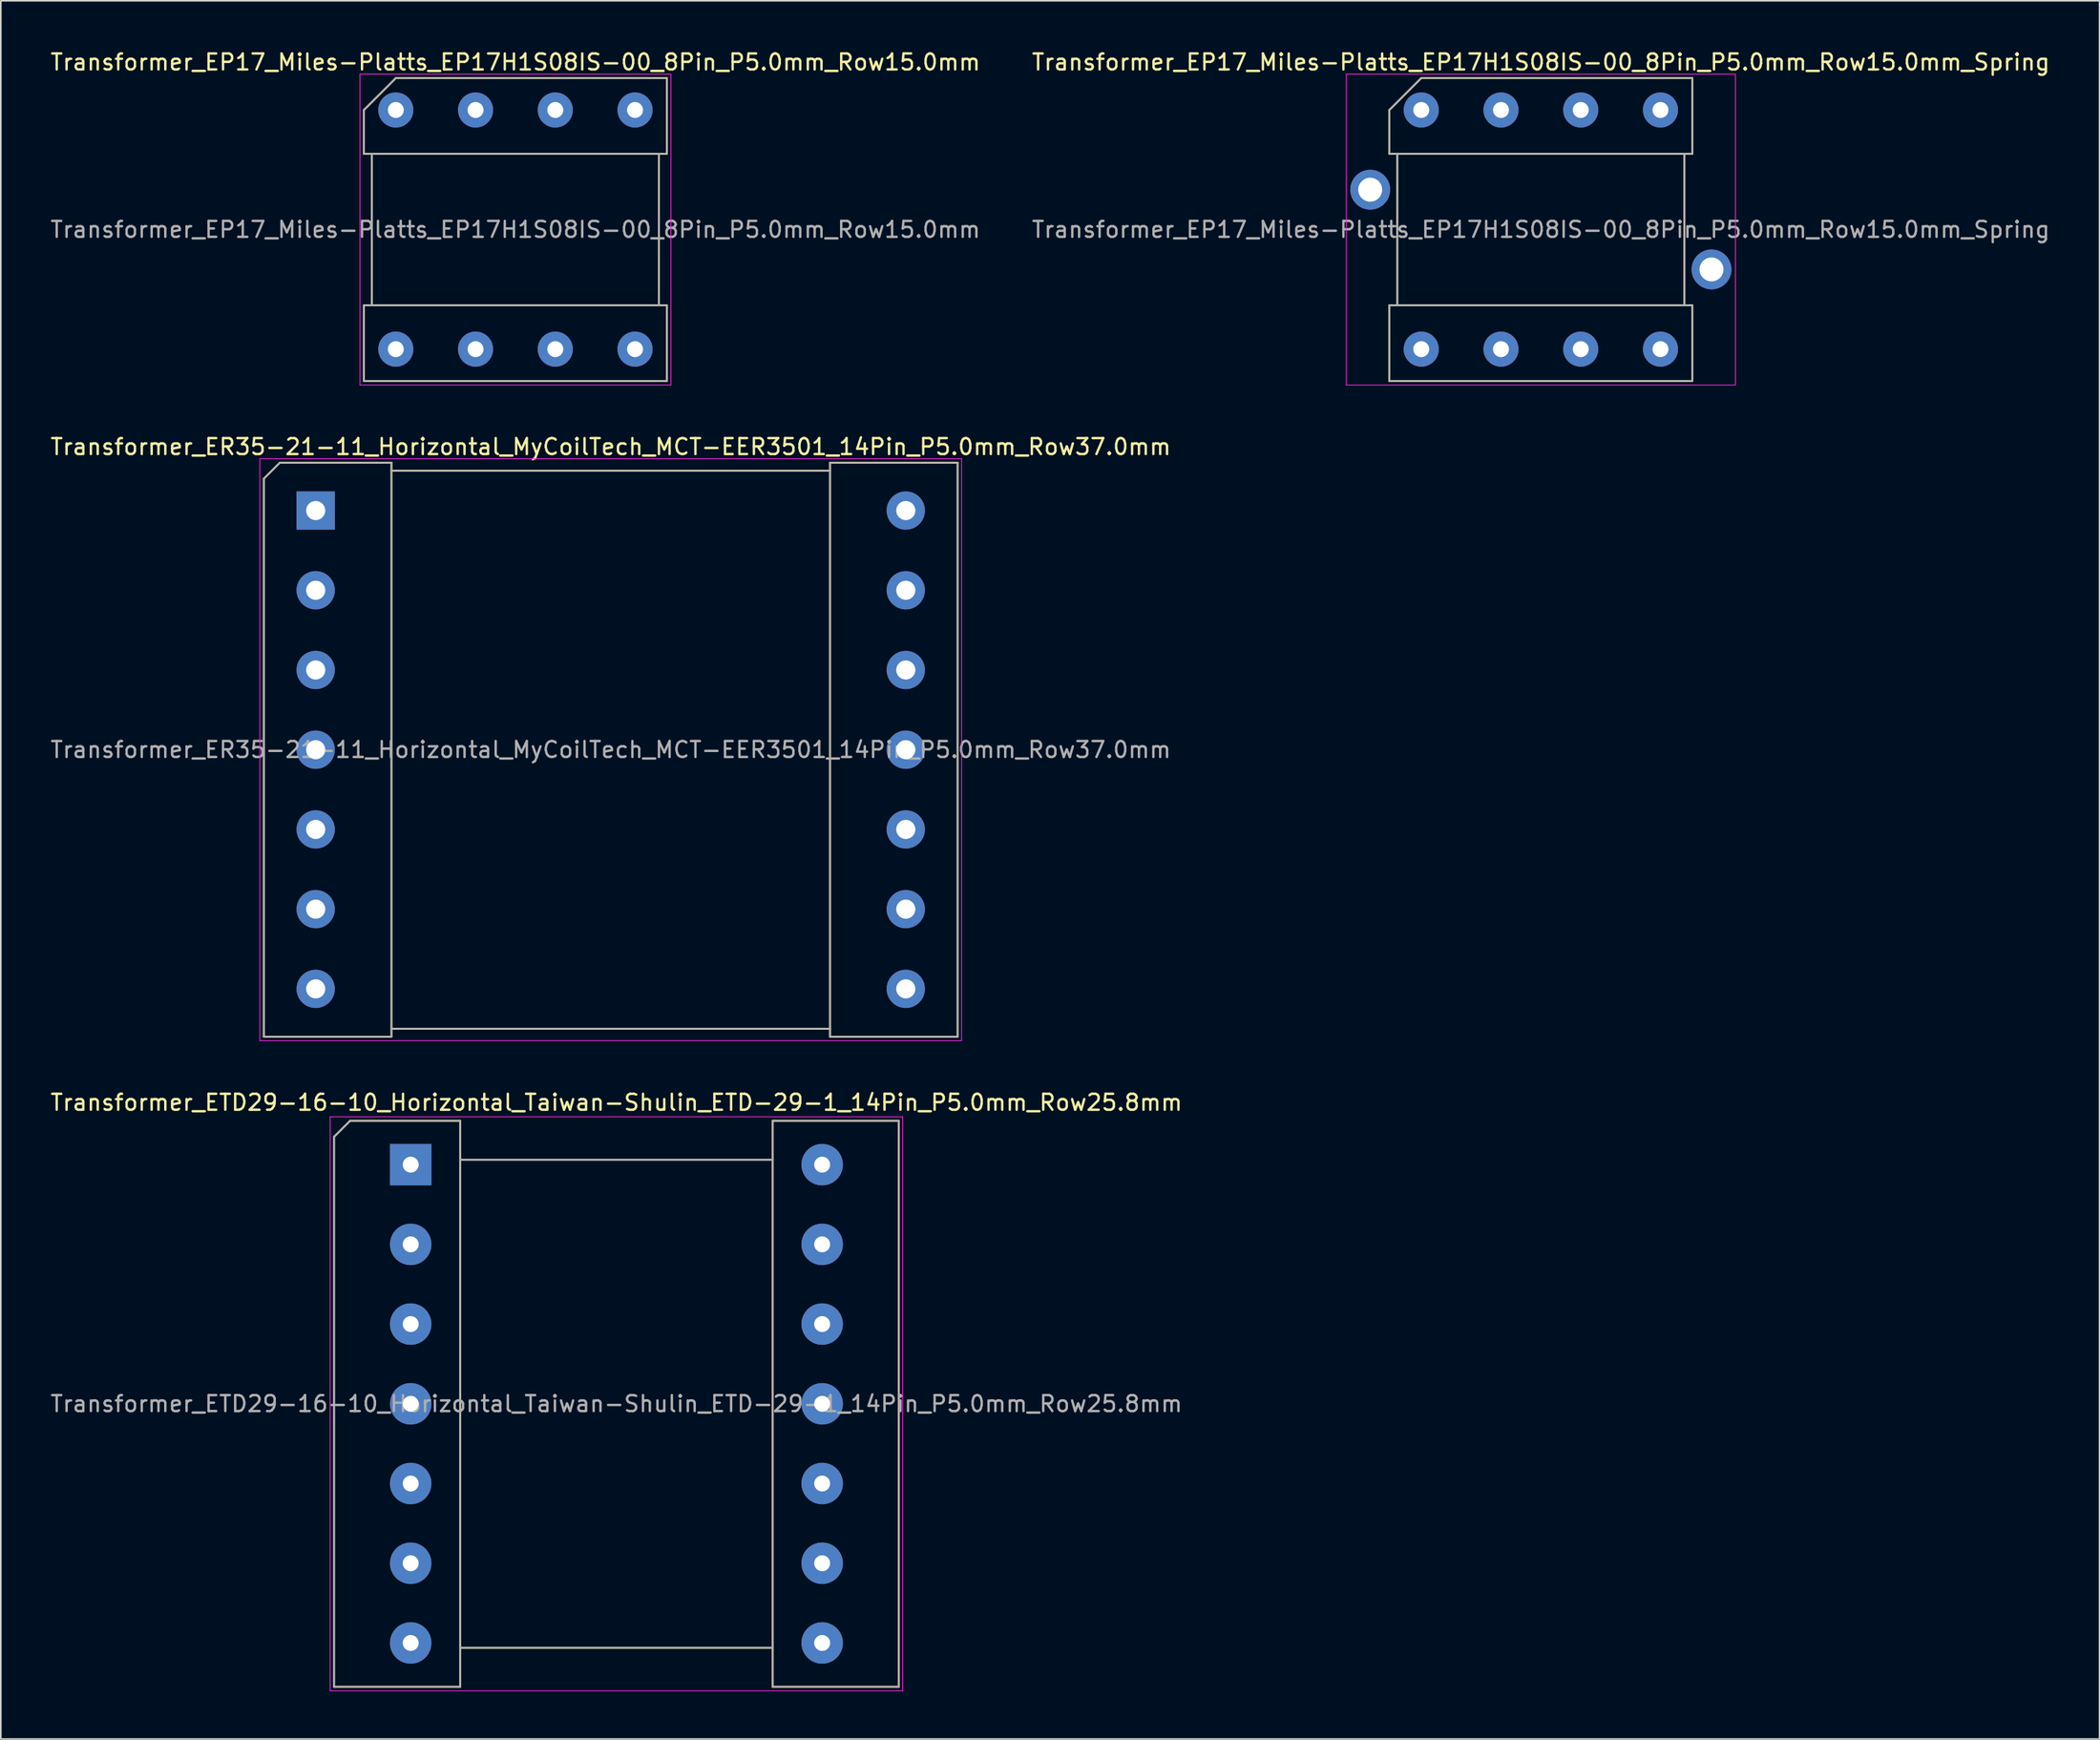
<source format=kicad_pcb>
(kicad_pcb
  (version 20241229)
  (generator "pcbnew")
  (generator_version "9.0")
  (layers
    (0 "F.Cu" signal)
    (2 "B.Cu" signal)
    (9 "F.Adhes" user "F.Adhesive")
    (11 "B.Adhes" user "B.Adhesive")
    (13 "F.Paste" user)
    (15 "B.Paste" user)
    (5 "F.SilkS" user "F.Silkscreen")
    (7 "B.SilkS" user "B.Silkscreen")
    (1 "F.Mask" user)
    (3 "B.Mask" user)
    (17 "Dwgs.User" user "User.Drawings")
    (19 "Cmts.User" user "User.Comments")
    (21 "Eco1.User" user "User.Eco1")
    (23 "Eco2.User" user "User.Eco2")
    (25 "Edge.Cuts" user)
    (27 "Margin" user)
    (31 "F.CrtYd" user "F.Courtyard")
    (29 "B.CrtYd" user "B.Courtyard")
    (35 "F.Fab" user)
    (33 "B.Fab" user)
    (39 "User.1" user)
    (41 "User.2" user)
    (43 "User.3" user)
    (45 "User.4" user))
  (footprint "Transformer_EP17_Miles-Platts_EP17H1S08IS-00_8Pin_P5.0mm_Row15.0mm_Spring"
    (layer "F.Cu")
    (at 86.065 3.848)
    (property "Reference" "Transformer_EP17_Miles-Platts_EP17H1S08IS-00_8Pin_P5.0mm_Row15.0mm_Spring" (at 7.5 -3 0) (layer "F.SilkS") (effects (font (size 1 1) (thickness 0.15))))
    (attr through_hole)
    (fp_line (start -2 2.75) (end -2 0) (stroke (width 0.12) (type solid)) (layer "F.SilkS"))
    (fp_line (start -2 17) (end -2 12.25) (stroke (width 0.12) (type solid)) (layer "F.SilkS"))
    (fp_line (start -2 17) (end 17 17) (stroke (width 0.12) (type solid)) (layer "F.SilkS"))
    (fp_line (start -1.5 12.25) (end -1.5 2.75) (stroke (width 0.12) (type solid)) (layer "F.SilkS"))
    (fp_line (start -1.5 12.25) (end -1.5 2.75) (stroke (width 0.12) (type solid)) (layer "F.SilkS"))
    (fp_line (start 0 -2) (end -2 0) (stroke (width 0.12) (type solid)) (layer "F.SilkS"))
    (fp_line (start 0 -2) (end 17 -2) (stroke (width 0.12) (type solid)) (layer "F.SilkS"))
    (fp_line (start 16.5 12.25) (end 16.5 2.75) (stroke (width 0.12) (type solid)) (layer "F.SilkS"))
    (fp_line (start 16.5 12.25) (end 16.5 2.75) (stroke (width 0.12) (type solid)) (layer "F.SilkS"))
    (fp_line (start 17 -2) (end 17 2.75) (stroke (width 0.12) (type solid)) (layer "F.SilkS"))
    (fp_line (start 17 2.75) (end -2 2.75) (stroke (width 0.12) (type solid)) (layer "F.SilkS"))
    (fp_line (start 17 12.25) (end -2 12.25) (stroke (width 0.12) (type solid)) (layer "F.SilkS"))
    (fp_line (start 17 12.25) (end 17 17) (stroke (width 0.12) (type solid)) (layer "F.SilkS"))
    (fp_line (start -4.7 17.25) (end -4.7 -2.25) (stroke (width 0.05) (type solid)) (layer "F.CrtYd"))
    (fp_line (start 19.7 -2.25) (end -4.7 -2.25) (stroke (width 0.05) (type solid)) (layer "F.CrtYd"))
    (fp_line (start 19.7 17.25) (end -4.7 17.25) (stroke (width 0.05) (type solid)) (layer "F.CrtYd"))
    (fp_line (start 19.7 17.25) (end 19.7 -2.25) (stroke (width 0.05) (type solid)) (layer "F.CrtYd"))
    (fp_line (start -2 2.75) (end -2 0) (stroke (width 0.1) (type solid)) (layer "F.Fab"))
    (fp_line (start -2 17) (end -2 12.25) (stroke (width 0.1) (type solid)) (layer "F.Fab"))
    (fp_line (start -2 17) (end 17 17) (stroke (width 0.1) (type solid)) (layer "F.Fab"))
    (fp_line (start -1.5 12.25) (end -1.5 2.75) (stroke (width 0.1) (type solid)) (layer "F.Fab"))
    (fp_line (start -1.5 12.25) (end -1.5 2.75) (stroke (width 0.1) (type solid)) (layer "F.Fab"))
    (fp_line (start 0 -2) (end -2 0) (stroke (width 0.1) (type solid)) (layer "F.Fab"))
    (fp_line (start 0 -2) (end 17 -2) (stroke (width 0.1) (type solid)) (layer "F.Fab"))
    (fp_line (start 16.5 12.25) (end 16.5 2.75) (stroke (width 0.1) (type solid)) (layer "F.Fab"))
    (fp_line (start 16.5 12.25) (end 16.5 2.75) (stroke (width 0.1) (type solid)) (layer "F.Fab"))
    (fp_line (start 17 -2) (end 17 2.75) (stroke (width 0.1) (type solid)) (layer "F.Fab"))
    (fp_line (start 17 2.75) (end -2 2.75) (stroke (width 0.1) (type solid)) (layer "F.Fab"))
    (fp_line (start 17 12.25) (end -2 12.25) (stroke (width 0.1) (type solid)) (layer "F.Fab"))
    (fp_line (start 17 12.25) (end 17 17) (stroke (width 0.1) (type solid)) (layer "F.Fab"))
    (fp_text user "${REFERENCE}" (at 7.5 7.5 0) (layer "F.Fab") (effects (font (size 1 1) (thickness 0.15))))
    (pad "1" thru_hole circle (at 0 0) (size 2.2 2.2) (drill 1) (layers "*.Cu" "*.Mask"))
    (pad "2" thru_hole circle (at 5 0) (size 2.2 2.2) (drill 1) (layers "*.Cu" "*.Mask"))
    (pad "3" thru_hole circle (at 10 0) (size 2.2 2.2) (drill 1) (layers "*.Cu" "*.Mask"))
    (pad "4" thru_hole circle (at 15 0) (size 2.2 2.2) (drill 1) (layers "*.Cu" "*.Mask"))
    (pad "5" thru_hole circle (at 15 15) (size 2.2 2.2) (drill 1) (layers "*.Cu" "*.Mask"))
    (pad "6" thru_hole circle (at 10 15) (size 2.2 2.2) (drill 1) (layers "*.Cu" "*.Mask"))
    (pad "7" thru_hole circle (at 5 15) (size 2.2 2.2) (drill 1) (layers "*.Cu" "*.Mask"))
    (pad "8" thru_hole circle (at 0 15) (size 2.2 2.2) (drill 1) (layers "*.Cu" "*.Mask"))
    (pad "MP" thru_hole circle (at -3.2 5) (size 2.5 2.5) (drill 1.5) (layers "*.Cu" "*.Mask"))
    (pad "MP" thru_hole circle (at 18.2 10) (size 2.5 2.5) (drill 1.5) (layers "*.Cu" "*.Mask")))
  (footprint "Transformer_EP17_Miles-Platts_EP17H1S08IS-00_8Pin_P5.0mm_Row15.0mm"
    (layer "F.Cu")
    (at 21.768 3.848)
    (property "Reference" "Transformer_EP17_Miles-Platts_EP17H1S08IS-00_8Pin_P5.0mm_Row15.0mm" (at 7.5 -3 0) (layer "F.SilkS") (effects (font (size 1 1) (thickness 0.15))))
    (attr through_hole)
    (fp_line (start -2 2.75) (end -2 0) (stroke (width 0.12) (type solid)) (layer "F.SilkS"))
    (fp_line (start -2 17) (end -2 12.25) (stroke (width 0.12) (type solid)) (layer "F.SilkS"))
    (fp_line (start -2 17) (end 17 17) (stroke (width 0.12) (type solid)) (layer "F.SilkS"))
    (fp_line (start -1.5 12.25) (end -1.5 2.75) (stroke (width 0.12) (type solid)) (layer "F.SilkS"))
    (fp_line (start -1.5 12.25) (end -1.5 2.75) (stroke (width 0.12) (type solid)) (layer "F.SilkS"))
    (fp_line (start 0 -2) (end -2 0) (stroke (width 0.12) (type solid)) (layer "F.SilkS"))
    (fp_line (start 0 -2) (end 17 -2) (stroke (width 0.12) (type solid)) (layer "F.SilkS"))
    (fp_line (start 16.5 12.25) (end 16.5 2.75) (stroke (width 0.12) (type solid)) (layer "F.SilkS"))
    (fp_line (start 16.5 12.25) (end 16.5 2.75) (stroke (width 0.12) (type solid)) (layer "F.SilkS"))
    (fp_line (start 17 -2) (end 17 2.75) (stroke (width 0.12) (type solid)) (layer "F.SilkS"))
    (fp_line (start 17 2.75) (end -2 2.75) (stroke (width 0.12) (type solid)) (layer "F.SilkS"))
    (fp_line (start 17 12.25) (end -2 12.25) (stroke (width 0.12) (type solid)) (layer "F.SilkS"))
    (fp_line (start 17 12.25) (end 17 17) (stroke (width 0.12) (type solid)) (layer "F.SilkS"))
    (fp_line (start -2.25 17.25) (end -2.25 -2.25) (stroke (width 0.05) (type solid)) (layer "F.CrtYd"))
    (fp_line (start 17.25 -2.25) (end -2.25 -2.25) (stroke (width 0.05) (type solid)) (layer "F.CrtYd"))
    (fp_line (start 17.25 17.25) (end -2.25 17.25) (stroke (width 0.05) (type solid)) (layer "F.CrtYd"))
    (fp_line (start 17.25 17.25) (end 17.25 -2.25) (stroke (width 0.05) (type solid)) (layer "F.CrtYd"))
    (fp_line (start -2 2.75) (end -2 0) (stroke (width 0.1) (type solid)) (layer "F.Fab"))
    (fp_line (start -2 17) (end -2 12.25) (stroke (width 0.1) (type solid)) (layer "F.Fab"))
    (fp_line (start -2 17) (end 17 17) (stroke (width 0.1) (type solid)) (layer "F.Fab"))
    (fp_line (start -1.5 12.25) (end -1.5 2.75) (stroke (width 0.1) (type solid)) (layer "F.Fab"))
    (fp_line (start -1.5 12.25) (end -1.5 2.75) (stroke (width 0.1) (type solid)) (layer "F.Fab"))
    (fp_line (start 0 -2) (end -2 0) (stroke (width 0.1) (type solid)) (layer "F.Fab"))
    (fp_line (start 0 -2) (end 17 -2) (stroke (width 0.1) (type solid)) (layer "F.Fab"))
    (fp_line (start 16.5 12.25) (end 16.5 2.75) (stroke (width 0.1) (type solid)) (layer "F.Fab"))
    (fp_line (start 16.5 12.25) (end 16.5 2.75) (stroke (width 0.1) (type solid)) (layer "F.Fab"))
    (fp_line (start 17 -2) (end 17 2.75) (stroke (width 0.1) (type solid)) (layer "F.Fab"))
    (fp_line (start 17 2.75) (end -2 2.75) (stroke (width 0.1) (type solid)) (layer "F.Fab"))
    (fp_line (start 17 12.25) (end -2 12.25) (stroke (width 0.1) (type solid)) (layer "F.Fab"))
    (fp_line (start 17 12.25) (end 17 17) (stroke (width 0.1) (type solid)) (layer "F.Fab"))
    (fp_text user "${REFERENCE}" (at 7.5 7.5 0) (layer "F.Fab") (effects (font (size 1 1) (thickness 0.15))))
    (pad "1" thru_hole circle (at 0 0) (size 2.2 2.2) (drill 1) (layers "*.Cu" "*.Mask"))
    (pad "2" thru_hole circle (at 5 0) (size 2.2 2.2) (drill 1) (layers "*.Cu" "*.Mask"))
    (pad "3" thru_hole circle (at 10 0) (size 2.2 2.2) (drill 1) (layers "*.Cu" "*.Mask"))
    (pad "4" thru_hole circle (at 15 0) (size 2.2 2.2) (drill 1) (layers "*.Cu" "*.Mask"))
    (pad "5" thru_hole circle (at 15 15) (size 2.2 2.2) (drill 1) (layers "*.Cu" "*.Mask"))
    (pad "6" thru_hole circle (at 10 15) (size 2.2 2.2) (drill 1) (layers "*.Cu" "*.Mask"))
    (pad "7" thru_hole circle (at 5 15) (size 2.2 2.2) (drill 1) (layers "*.Cu" "*.Mask"))
    (pad "8" thru_hole circle (at 0 15) (size 2.2 2.2) (drill 1) (layers "*.Cu" "*.Mask")))
  (footprint "Transformer_ETD29-16-10_Horizontal_Taiwan-Shulin_ETD-29-1_14Pin_P5.0mm_Row25.8mm"
    (layer "F.Cu")
    (at 35.601 84.995)
    (property "Reference" "Transformer_ETD29-16-10_Horizontal_Taiwan-Shulin_ETD-29-1_14Pin_P5.0mm_Row25.8mm" (at 0 -18.9 0) (layer "F.SilkS") (effects (font (size 1 1) (thickness 0.15))))
    (attr through_hole)
    (fp_line (start -17.7 17.75) (end -17.7 -16.75) (stroke (width 0.12) (type solid)) (layer "F.SilkS"))
    (fp_line (start -17.7 17.75) (end -9.8 17.75) (stroke (width 0.12) (type solid)) (layer "F.SilkS"))
    (fp_line (start -16.7 -17.75) (end -17.7 -16.75) (stroke (width 0.12) (type solid)) (layer "F.SilkS"))
    (fp_line (start -9.8 -17.75) (end -16.7 -17.75) (stroke (width 0.12) (type solid)) (layer "F.SilkS"))
    (fp_line (start -9.8 -17.75) (end -9.8 17.75) (stroke (width 0.12) (type solid)) (layer "F.SilkS"))
    (fp_line (start -9.8 -15.3) (end 9.8 -15.3) (stroke (width 0.12) (type solid)) (layer "F.SilkS"))
    (fp_line (start -9.8 15.3) (end 9.8 15.3) (stroke (width 0.12) (type solid)) (layer "F.SilkS"))
    (fp_line (start 9.8 -17.75) (end 9.8 17.75) (stroke (width 0.12) (type solid)) (layer "F.SilkS"))
    (fp_line (start 17.7 -17.75) (end 9.8 -17.75) (stroke (width 0.12) (type solid)) (layer "F.SilkS"))
    (fp_line (start 17.7 17.75) (end 9.8 17.75) (stroke (width 0.12) (type solid)) (layer "F.SilkS"))
    (fp_line (start 17.7 17.75) (end 17.7 -17.75) (stroke (width 0.12) (type solid)) (layer "F.SilkS"))
    (fp_line (start -17.95 -18) (end 17.95 -18) (stroke (width 0.05) (type solid)) (layer "F.CrtYd"))
    (fp_line (start -17.95 18) (end -17.95 -18) (stroke (width 0.05) (type solid)) (layer "F.CrtYd"))
    (fp_line (start -17.95 18) (end 17.95 18) (stroke (width 0.05) (type solid)) (layer "F.CrtYd"))
    (fp_line (start 17.95 18) (end 17.95 -18) (stroke (width 0.05) (type solid)) (layer "F.CrtYd"))
    (fp_line (start -17.7 17.75) (end -17.7 -16.75) (stroke (width 0.1) (type solid)) (layer "F.Fab"))
    (fp_line (start -17.7 17.75) (end -9.8 17.75) (stroke (width 0.1) (type solid)) (layer "F.Fab"))
    (fp_line (start -16.7 -17.75) (end -17.7 -16.75) (stroke (width 0.1) (type solid)) (layer "F.Fab"))
    (fp_line (start -9.8 -17.75) (end -16.7 -17.75) (stroke (width 0.1) (type solid)) (layer "F.Fab"))
    (fp_line (start -9.8 -17.75) (end -9.8 17.75) (stroke (width 0.1) (type solid)) (layer "F.Fab"))
    (fp_line (start -9.8 -15.3) (end 9.8 -15.3) (stroke (width 0.1) (type solid)) (layer "F.Fab"))
    (fp_line (start -9.8 15.3) (end 9.8 15.3) (stroke (width 0.1) (type solid)) (layer "F.Fab"))
    (fp_line (start 9.8 -17.75) (end 9.8 17.75) (stroke (width 0.1) (type solid)) (layer "F.Fab"))
    (fp_line (start 17.7 -17.75) (end 9.8 -17.75) (stroke (width 0.1) (type solid)) (layer "F.Fab"))
    (fp_line (start 17.7 17.75) (end 9.8 17.75) (stroke (width 0.1) (type solid)) (layer "F.Fab"))
    (fp_line (start 17.7 17.75) (end 17.7 -17.75) (stroke (width 0.1) (type solid)) (layer "F.Fab"))
    (fp_text user "${REFERENCE}" (at 0 0 0) (layer "F.Fab") (effects (font (size 1 1) (thickness 0.15))))
    (pad "1" thru_hole rect (at -12.9 -15) (size 2.6 2.6) (drill 1) (layers "*.Cu" "*.Mask"))
    (pad "2" thru_hole circle (at -12.9 -10) (size 2.6 2.6) (drill 1) (layers "*.Cu" "*.Mask"))
    (pad "3" thru_hole circle (at -12.9 -5) (size 2.6 2.6) (drill 1) (layers "*.Cu" "*.Mask"))
    (pad "4" thru_hole circle (at -12.9 0) (size 2.6 2.6) (drill 1) (layers "*.Cu" "*.Mask"))
    (pad "5" thru_hole circle (at -12.9 5) (size 2.6 2.6) (drill 1) (layers "*.Cu" "*.Mask"))
    (pad "6" thru_hole circle (at -12.9 10) (size 2.6 2.6) (drill 1) (layers "*.Cu" "*.Mask"))
    (pad "7" thru_hole circle (at -12.9 15) (size 2.6 2.6) (drill 1) (layers "*.Cu" "*.Mask"))
    (pad "8" thru_hole circle (at 12.9 15) (size 2.6 2.6) (drill 1) (layers "*.Cu" "*.Mask"))
    (pad "9" thru_hole circle (at 12.9 10) (size 2.6 2.6) (drill 1) (layers "*.Cu" "*.Mask"))
    (pad "10" thru_hole circle (at 12.9 5) (size 2.6 2.6) (drill 1) (layers "*.Cu" "*.Mask"))
    (pad "11" thru_hole circle (at 12.9 0) (size 2.6 2.6) (drill 1) (layers "*.Cu" "*.Mask"))
    (pad "12" thru_hole circle (at 12.9 -5) (size 2.6 2.6) (drill 1) (layers "*.Cu" "*.Mask"))
    (pad "13" thru_hole circle (at 12.9 -10) (size 2.6 2.6) (drill 1) (layers "*.Cu" "*.Mask"))
    (pad "14" thru_hole circle (at 12.9 -15) (size 2.6 2.6) (drill 1) (layers "*.Cu" "*.Mask")))
  (footprint "Transformer_ER35-21-11_Horizontal_MyCoilTech_MCT-EER3501_14Pin_P5.0mm_Row37.0mm"
    (layer "F.Cu")
    (at 35.244 43.971)
    (property "Reference" "Transformer_ER35-21-11_Horizontal_MyCoilTech_MCT-EER3501_14Pin_P5.0mm_Row37.0mm" (at 0 -19 0) (layer "F.SilkS") (effects (font (size 1 1) (thickness 0.15))))
    (attr through_hole)
    (fp_line (start -21.75 18) (end -21.75 -17) (stroke (width 0.12) (type solid)) (layer "F.SilkS"))
    (fp_line (start -20.75 -18) (end -21.75 -17) (stroke (width 0.12) (type solid)) (layer "F.SilkS"))
    (fp_line (start -13.75 -18) (end -20.75 -18) (stroke (width 0.12) (type solid)) (layer "F.SilkS"))
    (fp_line (start -13.75 18) (end -21.75 18) (stroke (width 0.12) (type solid)) (layer "F.SilkS"))
    (fp_line (start -13.75 18) (end -13.75 -18) (stroke (width 0.12) (type solid)) (layer "F.SilkS"))
    (fp_line (start 13.75 -17.5) (end -13.75 -17.5) (stroke (width 0.12) (type solid)) (layer "F.SilkS"))
    (fp_line (start 13.75 17.5) (end -13.75 17.5) (stroke (width 0.12) (type solid)) (layer "F.SilkS"))
    (fp_line (start 13.75 18) (end 13.75 -18) (stroke (width 0.12) (type solid)) (layer "F.SilkS"))
    (fp_line (start 13.75 18) (end 21.75 18) (stroke (width 0.12) (type solid)) (layer "F.SilkS"))
    (fp_line (start 21.75 -18) (end 13.75 -18) (stroke (width 0.12) (type solid)) (layer "F.SilkS"))
    (fp_line (start 21.75 18) (end 21.75 -18) (stroke (width 0.12) (type solid)) (layer "F.SilkS"))
    (fp_line (start -22 -18.25) (end 22 -18.25) (stroke (width 0.05) (type solid)) (layer "F.CrtYd"))
    (fp_line (start -22 18.25) (end -22 -18.25) (stroke (width 0.05) (type solid)) (layer "F.CrtYd"))
    (fp_line (start -22 18.25) (end 22 18.25) (stroke (width 0.05) (type solid)) (layer "F.CrtYd"))
    (fp_line (start 22 18.25) (end 22 -18.25) (stroke (width 0.05) (type solid)) (layer "F.CrtYd"))
    (fp_line (start -21.75 18) (end -21.75 -17) (stroke (width 0.1) (type solid)) (layer "F.Fab"))
    (fp_line (start -20.75 -18) (end -21.75 -17) (stroke (width 0.1) (type solid)) (layer "F.Fab"))
    (fp_line (start -13.75 -18) (end -20.75 -18) (stroke (width 0.1) (type solid)) (layer "F.Fab"))
    (fp_line (start -13.75 18) (end -21.75 18) (stroke (width 0.1) (type solid)) (layer "F.Fab"))
    (fp_line (start -13.75 18) (end -13.75 -18) (stroke (width 0.1) (type solid)) (layer "F.Fab"))
    (fp_line (start 13.75 -17.5) (end -13.75 -17.5) (stroke (width 0.1) (type solid)) (layer "F.Fab"))
    (fp_line (start 13.75 17.5) (end -13.75 17.5) (stroke (width 0.1) (type solid)) (layer "F.Fab"))
    (fp_line (start 13.75 18) (end 13.75 -18) (stroke (width 0.1) (type solid)) (layer "F.Fab"))
    (fp_line (start 13.75 18) (end 21.75 18) (stroke (width 0.1) (type solid)) (layer "F.Fab"))
    (fp_line (start 21.75 -18) (end 13.75 -18) (stroke (width 0.1) (type solid)) (layer "F.Fab"))
    (fp_line (start 21.75 18) (end 21.75 -18) (stroke (width 0.1) (type solid)) (layer "F.Fab"))
    (fp_text user "${REFERENCE}" (at 0 0 0) (layer "F.Fab") (effects (font (size 1 1) (thickness 0.15))))
    (pad "1" thru_hole rect (at -18.5 -15) (size 2.4 2.4) (drill 1.2) (layers "*.Cu" "*.Mask"))
    (pad "2" thru_hole circle (at -18.5 -10) (size 2.4 2.4) (drill 1.2) (layers "*.Cu" "*.Mask"))
    (pad "3" thru_hole circle (at -18.5 -5) (size 2.4 2.4) (drill 1.2) (layers "*.Cu" "*.Mask"))
    (pad "4" thru_hole circle (at -18.5 0) (size 2.4 2.4) (drill 1.2) (layers "*.Cu" "*.Mask"))
    (pad "5" thru_hole circle (at -18.5 5) (size 2.4 2.4) (drill 1.2) (layers "*.Cu" "*.Mask"))
    (pad "6" thru_hole circle (at -18.5 10) (size 2.4 2.4) (drill 1.2) (layers "*.Cu" "*.Mask"))
    (pad "7" thru_hole circle (at -18.5 15) (size 2.4 2.4) (drill 1.2) (layers "*.Cu" "*.Mask"))
    (pad "8" thru_hole circle (at 18.5 15) (size 2.4 2.4) (drill 1.2) (layers "*.Cu" "*.Mask"))
    (pad "9" thru_hole circle (at 18.5 10) (size 2.4 2.4) (drill 1.2) (layers "*.Cu" "*.Mask"))
    (pad "10" thru_hole circle (at 18.5 5) (size 2.4 2.4) (drill 1.2) (layers "*.Cu" "*.Mask"))
    (pad "11" thru_hole circle (at 18.5 0) (size 2.4 2.4) (drill 1.2) (layers "*.Cu" "*.Mask"))
    (pad "12" thru_hole circle (at 18.5 -5) (size 2.4 2.4) (drill 1.2) (layers "*.Cu" "*.Mask"))
    (pad "13" thru_hole circle (at 18.5 -10) (size 2.4 2.4) (drill 1.2) (layers "*.Cu" "*.Mask"))
    (pad "14" thru_hole circle (at 18.5 -15) (size 2.4 2.4) (drill 1.2) (layers "*.Cu" "*.Mask")))
  (gr_rect
    (start -3 -3)
    (end 128.595 106.02)
    (stroke (width 0.1) (type default))
    (fill no)
    (layer "Edge.Cuts")))
</source>
